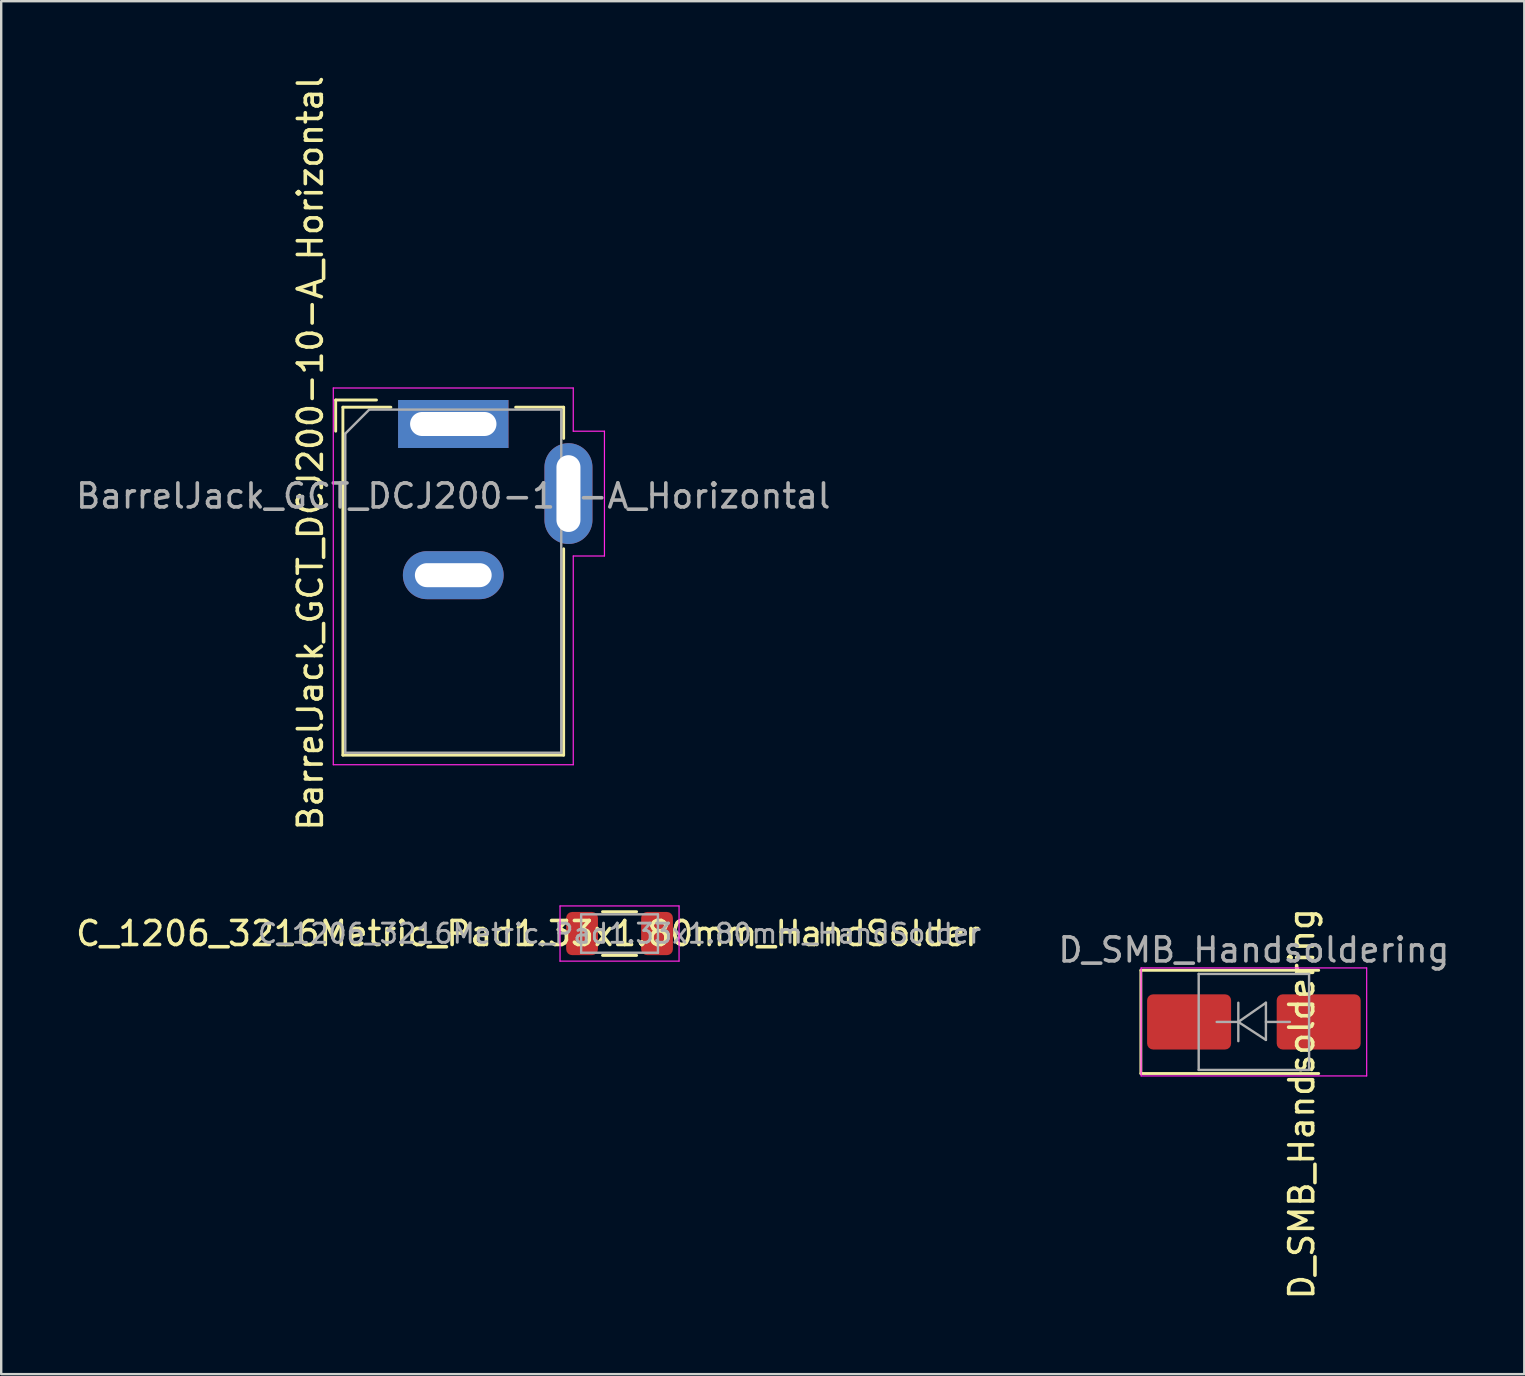
<source format=kicad_pcb>
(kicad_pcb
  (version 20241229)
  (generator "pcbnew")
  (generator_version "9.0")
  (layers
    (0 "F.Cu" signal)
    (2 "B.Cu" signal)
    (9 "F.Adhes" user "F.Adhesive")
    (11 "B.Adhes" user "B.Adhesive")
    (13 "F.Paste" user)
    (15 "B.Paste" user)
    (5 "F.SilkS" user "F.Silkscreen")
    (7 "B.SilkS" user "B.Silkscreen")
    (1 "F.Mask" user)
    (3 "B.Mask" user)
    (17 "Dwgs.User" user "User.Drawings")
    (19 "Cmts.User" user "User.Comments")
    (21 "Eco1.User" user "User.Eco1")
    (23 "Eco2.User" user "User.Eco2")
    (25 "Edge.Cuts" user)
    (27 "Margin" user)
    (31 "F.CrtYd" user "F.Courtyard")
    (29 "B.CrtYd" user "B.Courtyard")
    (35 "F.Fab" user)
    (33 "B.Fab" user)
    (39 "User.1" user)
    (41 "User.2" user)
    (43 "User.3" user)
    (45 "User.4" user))
  (footprint "BarrelJack_GCT_DCJ200-10-A_Horizontal"
    (layer "F.Cu")
    (at 15.839 14.619)
    (property "Reference" "BarrelJack_GCT_DCJ200-10-A_Horizontal" (at -5.954 1.22 90) (layer "F.SilkS") (effects (font (size 1 1) (thickness 0.15))))
    (attr through_hole)
    (fp_line (start -4.9 -1) (end -4.9 0.3) (stroke (width 0.12) (type solid)) (layer "F.SilkS"))
    (fp_line (start -4.6 -0.7) (end -2.6 -0.7) (stroke (width 0.12) (type solid)) (layer "F.SilkS"))
    (fp_line (start -4.6 13.8) (end -4.6 -0.7) (stroke (width 0.12) (type solid)) (layer "F.SilkS"))
    (fp_line (start -3.2 -1) (end -4.9 -1) (stroke (width 0.12) (type solid)) (layer "F.SilkS"))
    (fp_line (start 2.6 -0.7) (end 4.6 -0.7) (stroke (width 0.12) (type solid)) (layer "F.SilkS"))
    (fp_line (start 4.6 -0.7) (end 4.6 0.6) (stroke (width 0.12) (type solid)) (layer "F.SilkS"))
    (fp_line (start 4.6 5.2) (end 4.6 13.8) (stroke (width 0.12) (type solid)) (layer "F.SilkS"))
    (fp_line (start 4.6 13.8) (end -4.6 13.8) (stroke (width 0.12) (type solid)) (layer "F.SilkS"))
    (fp_line (start -5 -1.5) (end -5 14.2) (stroke (width 0.05) (type solid)) (layer "F.CrtYd"))
    (fp_line (start -5 14.2) (end 5 14.2) (stroke (width 0.05) (type solid)) (layer "F.CrtYd"))
    (fp_line (start 5 -1.5) (end -5 -1.5) (stroke (width 0.05) (type solid)) (layer "F.CrtYd"))
    (fp_line (start 5 0.3) (end 5 -1.5) (stroke (width 0.05) (type solid)) (layer "F.CrtYd"))
    (fp_line (start 5 14.2) (end 5 5.5) (stroke (width 0.05) (type solid)) (layer "F.CrtYd"))
    (fp_line (start 6.3 0.3) (end 5 0.3) (stroke (width 0.05) (type solid)) (layer "F.CrtYd"))
    (fp_line (start 6.3 0.3) (end 6.3 5.5) (stroke (width 0.05) (type solid)) (layer "F.CrtYd"))
    (fp_line (start 6.3 5.5) (end 5 5.5) (stroke (width 0.05) (type solid)) (layer "F.CrtYd"))
    (fp_line (start -4.5 0.4) (end -3.5 -0.6) (stroke (width 0.1) (type solid)) (layer "F.Fab"))
    (fp_line (start -4.5 13.7) (end -4.5 0.4) (stroke (width 0.1) (type solid)) (layer "F.Fab"))
    (fp_line (start 4.5 -0.6) (end -3.5 -0.6) (stroke (width 0.1) (type solid)) (layer "F.Fab"))
    (fp_line (start 4.5 -0.6) (end 4.5 13.7) (stroke (width 0.1) (type solid)) (layer "F.Fab"))
    (fp_line (start 4.5 13.7) (end -4.5 13.7) (stroke (width 0.1) (type solid)) (layer "F.Fab"))
    (fp_text user "${REFERENCE}" (at 0 3 180) (layer "F.Fab") (effects (font (size 1 1) (thickness 0.15))))
    (pad "1" thru_hole rect (at 0 0) (size 4.6 2) (drill oval 3.6 1) (layers "*.Cu" "*.Mask"))
    (pad "2" thru_hole oval (at 0 6.3) (size 4.2 2) (drill oval 3.2 1) (layers "*.Cu" "*.Mask"))
    (pad "3" thru_hole oval (at 4.8 2.9) (size 2 4.2) (drill oval 1 3.2) (layers "*.Cu" "*.Mask")))
  (footprint "D_SMB_Handsoldering"
    (layer "F.Cu")
    (at 49.203 39.536)
    (property "Reference" "D_SMB_Handsoldering" (at 1.994 3.41 270) (layer "F.SilkS") (effects (font (size 1 1) (thickness 0.15))))
    (attr smd)
    (fp_line (start -4.71 -2.15) (end -4.71 2.15) (stroke (width 0.12) (type solid)) (layer "F.SilkS"))
    (fp_line (start -4.71 -2.15) (end 2.7 -2.15) (stroke (width 0.12) (type solid)) (layer "F.SilkS"))
    (fp_line (start -4.71 2.15) (end 2.7 2.15) (stroke (width 0.12) (type solid)) (layer "F.SilkS"))
    (fp_line (start -4.7 -2.25) (end 4.7 -2.25) (stroke (width 0.05) (type solid)) (layer "F.CrtYd"))
    (fp_line (start -4.7 2.25) (end -4.7 -2.25) (stroke (width 0.05) (type solid)) (layer "F.CrtYd"))
    (fp_line (start 4.7 -2.25) (end 4.7 2.25) (stroke (width 0.05) (type solid)) (layer "F.CrtYd"))
    (fp_line (start 4.7 2.25) (end -4.7 2.25) (stroke (width 0.05) (type solid)) (layer "F.CrtYd"))
    (fp_line (start -2.3 2) (end -2.3 -2) (stroke (width 0.1) (type solid)) (layer "F.Fab"))
    (fp_line (start -0.649 -0.799) (end -0.649 0.801) (stroke (width 0.1) (type solid)) (layer "F.Fab"))
    (fp_line (start -0.649 0.001) (end -1.551 0.001) (stroke (width 0.1) (type solid)) (layer "F.Fab"))
    (fp_line (start -0.649 0.001) (end 0.501 -0.799) (stroke (width 0.1) (type solid)) (layer "F.Fab"))
    (fp_line (start -0.649 0.001) (end 0.501 0.75) (stroke (width 0.1) (type solid)) (layer "F.Fab"))
    (fp_line (start 0.501 0.001) (end 1.499 0.001) (stroke (width 0.1) (type solid)) (layer "F.Fab"))
    (fp_line (start 0.501 0.75) (end 0.501 -0.799) (stroke (width 0.1) (type solid)) (layer "F.Fab"))
    (fp_line (start 2.3 -2) (end -2.3 -2) (stroke (width 0.1) (type solid)) (layer "F.Fab"))
    (fp_line (start 2.3 -2) (end 2.3 2) (stroke (width 0.1) (type solid)) (layer "F.Fab"))
    (fp_line (start 2.3 2) (end -2.3 2) (stroke (width 0.1) (type solid)) (layer "F.Fab"))
    (fp_text user "${REFERENCE}" (at 0 -3 180) (layer "F.Fab") (effects (font (size 1 1) (thickness 0.15))))
    (pad "1" smd roundrect (at -2.7 0) (size 3.5 2.3) (layers "F.Cu" "F.Mask" "F.Paste") (roundrect_rratio 0.109))
    (pad "2" smd roundrect (at 2.7 0) (size 3.5 2.3) (layers "F.Cu" "F.Mask" "F.Paste") (roundrect_rratio 0.109)))
  (footprint "C_1206_3216Metric_Pad1.33x1.80mm_HandSolder"
    (layer "F.Cu")
    (at 22.768 35.854)
    (property "Reference" "C_1206_3216Metric_Pad1.33x1.80mm_HandSolder" (at -3.81 0 0) (layer "F.SilkS") (effects (font (size 1 1) (thickness 0.15))))
    (attr smd)
    (fp_line (start -0.711 -0.91) (end 0.711 -0.91) (stroke (width 0.12) (type solid)) (layer "F.SilkS"))
    (fp_line (start -0.711 0.91) (end 0.711 0.91) (stroke (width 0.12) (type solid)) (layer "F.SilkS"))
    (fp_line (start -2.48 -1.15) (end 2.48 -1.15) (stroke (width 0.05) (type solid)) (layer "F.CrtYd"))
    (fp_line (start -2.48 1.15) (end -2.48 -1.15) (stroke (width 0.05) (type solid)) (layer "F.CrtYd"))
    (fp_line (start 2.48 -1.15) (end 2.48 1.15) (stroke (width 0.05) (type solid)) (layer "F.CrtYd"))
    (fp_line (start 2.48 1.15) (end -2.48 1.15) (stroke (width 0.05) (type solid)) (layer "F.CrtYd"))
    (fp_line (start -1.6 -0.8) (end 1.6 -0.8) (stroke (width 0.1) (type solid)) (layer "F.Fab"))
    (fp_line (start -1.6 0.8) (end -1.6 -0.8) (stroke (width 0.1) (type solid)) (layer "F.Fab"))
    (fp_line (start 1.6 -0.8) (end 1.6 0.8) (stroke (width 0.1) (type solid)) (layer "F.Fab"))
    (fp_line (start 1.6 0.8) (end -1.6 0.8) (stroke (width 0.1) (type solid)) (layer "F.Fab"))
    (fp_text user "${REFERENCE}" (at 0 0 0) (layer "F.Fab") (effects (font (size 0.8 0.8) (thickness 0.12))))
    (pad "1" smd roundrect (at -1.562 0) (size 1.325 1.8) (layers "F.Cu" "F.Mask" "F.Paste") (roundrect_rratio 0.189))
    (pad "2" smd roundrect (at 1.562 0) (size 1.325 1.8) (layers "F.Cu" "F.Mask" "F.Paste") (roundrect_rratio 0.189)))
  (gr_rect
    (start -3 -3)
    (end 60.471 54.214)
    (stroke (width 0.1) (type default))
    (fill no)
    (layer "Edge.Cuts")))
</source>
